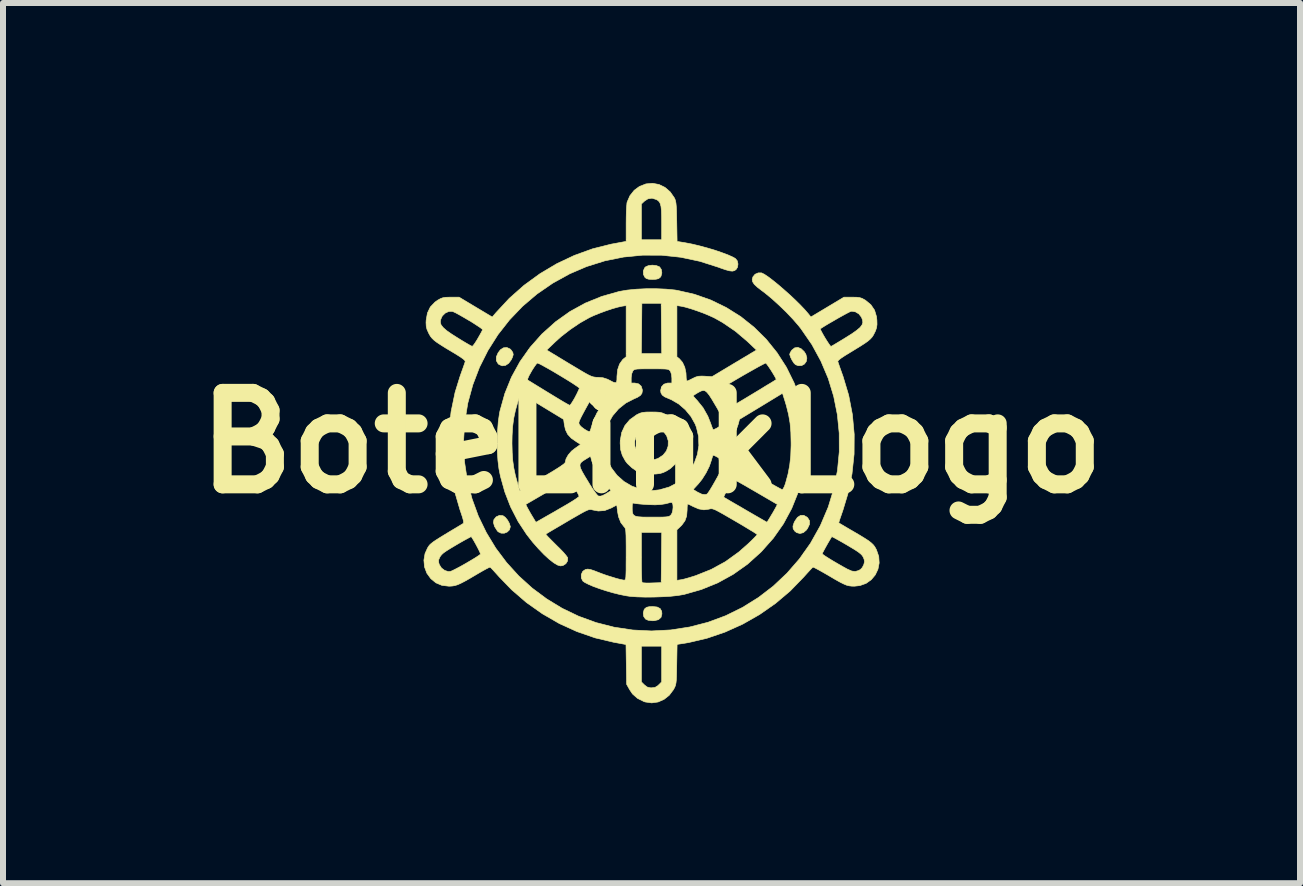
<source format=kicad_pcb>
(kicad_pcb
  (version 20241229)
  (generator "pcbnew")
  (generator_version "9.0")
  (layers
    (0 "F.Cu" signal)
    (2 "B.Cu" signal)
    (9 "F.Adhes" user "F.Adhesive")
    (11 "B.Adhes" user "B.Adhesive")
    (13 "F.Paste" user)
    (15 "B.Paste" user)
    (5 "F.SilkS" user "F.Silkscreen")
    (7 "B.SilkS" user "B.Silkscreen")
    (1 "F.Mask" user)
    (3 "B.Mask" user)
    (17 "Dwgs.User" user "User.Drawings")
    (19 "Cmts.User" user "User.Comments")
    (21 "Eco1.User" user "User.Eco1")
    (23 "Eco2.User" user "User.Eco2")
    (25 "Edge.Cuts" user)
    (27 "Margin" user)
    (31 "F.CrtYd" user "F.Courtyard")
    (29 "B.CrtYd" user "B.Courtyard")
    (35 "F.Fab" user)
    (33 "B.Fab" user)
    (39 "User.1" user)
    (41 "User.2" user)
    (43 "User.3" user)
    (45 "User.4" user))
  (footprint "BoteLinkLogo"
    (layer "F.Cu")
    (at 7.809 4.333)
    (property "Reference" "BoteLinkLogo" (at 0 0 0) (layer "F.SilkS") (effects (font (size 1.524 1.524) (thickness 0.3))))
    (attr through_hole)
    (fp_poly (pts (xy -2.476 1.212) (xy -2.438 1.239) (xy -2.399 1.286) (xy -2.369 1.341) (xy -2.354 1.392) (xy -2.354 1.398) (xy -2.368 1.448) (xy -2.405 1.484) (xy -2.454 1.504) (xy -2.508 1.503) (xy -2.556 1.48) (xy -2.57 1.465) (xy -2.617 1.391) (xy -2.635 1.326) (xy -2.627 1.277) (xy -2.589 1.231) (xy -2.535 1.207) (xy -2.476 1.212)) (stroke (width 0.01) (type solid)) (fill yes) (layer "F.SilkS"))
    (fp_poly (pts (xy -2.358 -1.567) (xy -2.338 -1.547) (xy -2.312 -1.508) (xy -2.305 -1.472) (xy -2.318 -1.429) (xy -2.337 -1.388) (xy -2.381 -1.328) (xy -2.434 -1.293) (xy -2.49 -1.286) (xy -2.544 -1.309) (xy -2.557 -1.321) (xy -2.587 -1.372) (xy -2.587 -1.434) (xy -2.557 -1.503) (xy -2.518 -1.554) (xy -2.468 -1.586) (xy -2.411 -1.591) (xy -2.358 -1.567)) (stroke (width 0.01) (type solid)) (fill yes) (layer "F.SilkS"))
    (fp_poly (pts (xy 0.094 2.734) (xy 0.144 2.76) (xy 0.169 2.805) (xy 0.173 2.849) (xy 0.158 2.907) (xy 0.115 2.945) (xy 0.046 2.962) (xy 0.017 2.963) (xy -0.056 2.955) (xy -0.101 2.934) (xy -0.131 2.89) (xy -0.138 2.834) (xy -0.124 2.78) (xy -0.11 2.76) (xy -0.082 2.739) (xy -0.04 2.729) (xy 0.017 2.726) (xy 0.094 2.734)) (stroke (width 0.01) (type solid)) (fill yes) (layer "F.SilkS"))
    (fp_poly (pts (xy 2.593 1.238) (xy 2.602 1.246) (xy 2.633 1.296) (xy 2.633 1.355) (xy 2.601 1.423) (xy 2.581 1.451) (xy 2.531 1.494) (xy 2.474 1.509) (xy 2.419 1.494) (xy 2.388 1.47) (xy 2.361 1.43) (xy 2.357 1.387) (xy 2.375 1.331) (xy 2.388 1.304) (xy 2.432 1.24) (xy 2.484 1.207) (xy 2.538 1.206) (xy 2.593 1.238)) (stroke (width 0.01) (type solid)) (fill yes) (layer "F.SilkS"))
    (fp_poly (pts (xy 0.079 -2.957) (xy 0.13 -2.937) (xy 0.135 -2.934) (xy 0.164 -2.89) (xy 0.172 -2.834) (xy 0.158 -2.78) (xy 0.144 -2.76) (xy 0.116 -2.739) (xy 0.074 -2.729) (xy 0.017 -2.726) (xy -0.046 -2.729) (xy -0.086 -2.741) (xy -0.11 -2.76) (xy -0.135 -2.809) (xy -0.137 -2.866) (xy -0.116 -2.917) (xy -0.101 -2.934) (xy -0.052 -2.956) (xy 0.013 -2.964) (xy 0.079 -2.957)) (stroke (width 0.01) (type solid)) (fill yes) (layer "F.SilkS"))
    (fp_poly (pts (xy 2.493 -1.571) (xy 2.544 -1.523) (xy 2.572 -1.479) (xy 2.589 -1.416) (xy 2.58 -1.36) (xy 2.549 -1.316) (xy 2.502 -1.29) (xy 2.446 -1.288) (xy 2.4 -1.305) (xy 2.373 -1.332) (xy 2.343 -1.378) (xy 2.318 -1.428) (xy 2.304 -1.471) (xy 2.303 -1.479) (xy 2.313 -1.508) (xy 2.337 -1.545) (xy 2.338 -1.547) (xy 2.385 -1.585) (xy 2.439 -1.593) (xy 2.493 -1.571)) (stroke (width 0.01) (type solid)) (fill yes) (layer "F.SilkS"))
    (fp_poly (pts (xy 0.079 -0.515) (xy 0.134 -0.511) (xy 0.177 -0.501) (xy 0.218 -0.484) (xy 0.251 -0.467) (xy 0.356 -0.393) (xy 0.439 -0.297) (xy 0.478 -0.232) (xy 0.497 -0.191) (xy 0.509 -0.147) (xy 0.515 -0.091) (xy 0.516 -0.013) (xy 0.516 0) (xy 0.515 0.082) (xy 0.51 0.141) (xy 0.499 0.186) (xy 0.481 0.227) (xy 0.478 0.232) (xy 0.405 0.342) (xy 0.314 0.426) (xy 0.251 0.466) (xy 0.195 0.493) (xy 0.141 0.509) (xy 0.076 0.517) (xy 0.026 0.519) (xy -0.047 0.519) (xy -0.112 0.516) (xy -0.159 0.509) (xy -0.163 0.507) (xy -0.244 0.471) (xy -0.327 0.413) (xy -0.401 0.344) (xy -0.436 0.299) (xy -0.487 0.206) (xy -0.515 0.111) (xy -0.523 0.003) (xy -0.521 -0.034) (xy -0.279 -0.034) (xy -0.277 0.052) (xy -0.247 0.133) (xy -0.191 0.203) (xy -0.111 0.256) (xy -0.037 0.282) (xy 0.029 0.283) (xy 0.102 0.26) (xy 0.111 0.256) (xy 0.192 0.203) (xy 0.248 0.133) (xy 0.277 0.051) (xy 0.279 -0.035) (xy 0.252 -0.12) (xy 0.196 -0.196) (xy 0.118 -0.253) (xy 0.031 -0.28) (xy -0.057 -0.275) (xy -0.142 -0.24) (xy -0.196 -0.196) (xy -0.253 -0.119) (xy -0.279 -0.034) (xy -0.521 -0.034) (xy -0.521 -0.043) (xy -0.497 -0.175) (xy -0.444 -0.29) (xy -0.362 -0.388) (xy -0.251 -0.468) (xy -0.232 -0.478) (xy -0.191 -0.497) (xy -0.147 -0.509) (xy -0.091 -0.515) (xy -0.013 -0.516) (xy 0 -0.516) (xy 0.079 -0.515)) (stroke (width 0.01) (type solid)) (fill yes) (layer "F.SilkS"))
    (fp_poly (pts (xy 0.125 -4.308) (xy 0.224 -4.26) (xy 0.311 -4.185) (xy 0.378 -4.089) (xy 0.391 -4.063) (xy 0.4 -4.034) (xy 0.407 -3.998) (xy 0.412 -3.948) (xy 0.416 -3.879) (xy 0.418 -3.787) (xy 0.42 -3.69) (xy 0.426 -3.359) (xy 0.556 -3.338) (xy 0.671 -3.316) (xy 0.797 -3.286) (xy 0.927 -3.251) (xy 1.055 -3.213) (xy 1.174 -3.172) (xy 1.278 -3.133) (xy 1.36 -3.096) (xy 1.398 -3.074) (xy 1.429 -3.036) (xy 1.441 -2.983) (xy 1.433 -2.929) (xy 1.408 -2.89) (xy 1.381 -2.872) (xy 1.347 -2.864) (xy 1.301 -2.869) (xy 1.237 -2.886) (xy 1.149 -2.916) (xy 1.115 -2.929) (xy 0.804 -3.028) (xy 0.489 -3.095) (xy 0.17 -3.129) (xy -0.148 -3.13) (xy -0.465 -3.099) (xy -0.777 -3.036) (xy -1.083 -2.94) (xy -1.363 -2.82) (xy -1.646 -2.664) (xy -1.909 -2.483) (xy -2.15 -2.278) (xy -2.367 -2.051) (xy -2.56 -1.805) (xy -2.727 -1.541) (xy -2.867 -1.262) (xy -2.979 -0.969) (xy -3.062 -0.665) (xy -3.113 -0.351) (xy -3.133 -0.029) (xy -3.133 0) (xy -3.116 0.32) (xy -3.069 0.632) (xy -2.991 0.932) (xy -2.886 1.22) (xy -2.753 1.494) (xy -2.596 1.753) (xy -2.415 1.994) (xy -2.212 2.217) (xy -1.989 2.419) (xy -1.747 2.599) (xy -1.489 2.756) (xy -1.214 2.888) (xy -0.926 2.993) (xy -0.625 3.07) (xy -0.314 3.117) (xy 0 3.133) (xy 0.322 3.116) (xy 0.636 3.067) (xy 0.942 2.988) (xy 1.236 2.879) (xy 1.516 2.741) (xy 1.781 2.576) (xy 2.029 2.386) (xy 2.258 2.17) (xy 2.465 1.932) (xy 2.526 1.846) (xy 2.845 1.846) (xy 2.859 1.86) (xy 2.897 1.887) (xy 2.954 1.923) (xy 3.024 1.966) (xy 3.103 2.012) (xy 3.183 2.058) (xy 3.261 2.101) (xy 3.267 2.104) (xy 3.338 2.135) (xy 3.395 2.142) (xy 3.449 2.127) (xy 3.483 2.108) (xy 3.513 2.076) (xy 3.537 2.029) (xy 3.539 2.024) (xy 3.55 1.978) (xy 3.543 1.938) (xy 3.528 1.902) (xy 3.511 1.875) (xy 3.486 1.849) (xy 3.447 1.818) (xy 3.39 1.78) (xy 3.31 1.732) (xy 3.253 1.698) (xy 3.172 1.651) (xy 3.102 1.612) (xy 3.048 1.582) (xy 3.014 1.565) (xy 3.005 1.561) (xy 2.991 1.582) (xy 2.967 1.623) (xy 2.936 1.676) (xy 2.904 1.733) (xy 2.875 1.786) (xy 2.854 1.826) (xy 2.845 1.846) (xy 2.845 1.846) (xy 2.526 1.846) (xy 2.649 1.672) (xy 2.807 1.39) (xy 2.82 1.363) (xy 2.945 1.069) (xy 3.037 0.767) (xy 3.099 0.459) (xy 3.129 0.148) (xy 3.128 -0.164) (xy 3.097 -0.473) (xy 3.036 -0.778) (xy 2.945 -1.076) (xy 2.823 -1.364) (xy 2.673 -1.64) (xy 2.493 -1.901) (xy 2.492 -1.903) (xy 2.813 -1.903) (xy 2.817 -1.887) (xy 2.836 -1.85) (xy 2.864 -1.799) (xy 2.897 -1.743) (xy 2.931 -1.689) (xy 2.961 -1.644) (xy 2.983 -1.615) (xy 2.99 -1.609) (xy 3.006 -1.617) (xy 3.046 -1.64) (xy 3.104 -1.675) (xy 3.177 -1.719) (xy 3.234 -1.754) (xy 3.342 -1.822) (xy 3.422 -1.879) (xy 3.477 -1.926) (xy 3.509 -1.969) (xy 3.522 -2.01) (xy 3.516 -2.052) (xy 3.497 -2.1) (xy 3.496 -2.1) (xy 3.456 -2.151) (xy 3.4 -2.185) (xy 3.34 -2.196) (xy 3.321 -2.193) (xy 3.297 -2.182) (xy 3.25 -2.158) (xy 3.186 -2.123) (xy 3.112 -2.082) (xy 3.035 -2.037) (xy 2.96 -1.994) (xy 2.893 -1.954) (xy 2.842 -1.922) (xy 2.813 -1.903) (xy 2.492 -1.903) (xy 2.45 -1.956) (xy 2.358 -2.062) (xy 2.248 -2.178) (xy 2.128 -2.294) (xy 2.007 -2.404) (xy 1.893 -2.498) (xy 1.841 -2.537) (xy 1.763 -2.597) (xy 1.712 -2.645) (xy 1.685 -2.687) (xy 1.678 -2.726) (xy 1.69 -2.768) (xy 1.691 -2.77) (xy 1.726 -2.812) (xy 1.779 -2.835) (xy 1.834 -2.835) (xy 1.835 -2.834) (xy 1.88 -2.812) (xy 1.943 -2.77) (xy 2.021 -2.711) (xy 2.11 -2.639) (xy 2.204 -2.558) (xy 2.301 -2.472) (xy 2.394 -2.385) (xy 2.48 -2.3) (xy 2.554 -2.222) (xy 2.612 -2.155) (xy 2.656 -2.1) (xy 3.207 -2.43) (xy 3.345 -2.43) (xy 3.417 -2.429) (xy 3.468 -2.423) (xy 3.509 -2.41) (xy 3.553 -2.386) (xy 3.565 -2.379) (xy 3.655 -2.305) (xy 3.717 -2.214) (xy 3.75 -2.104) (xy 3.756 -2.047) (xy 3.758 -1.976) (xy 3.751 -1.923) (xy 3.734 -1.871) (xy 3.717 -1.836) (xy 3.697 -1.797) (xy 3.675 -1.764) (xy 3.646 -1.732) (xy 3.608 -1.699) (xy 3.556 -1.662) (xy 3.485 -1.616) (xy 3.392 -1.559) (xy 3.32 -1.515) (xy 3.228 -1.459) (xy 3.163 -1.416) (xy 3.123 -1.385) (xy 3.106 -1.364) (xy 3.105 -1.356) (xy 3.114 -1.33) (xy 3.131 -1.28) (xy 3.155 -1.212) (xy 3.184 -1.131) (xy 3.191 -1.112) (xy 3.286 -0.795) (xy 3.348 -0.472) (xy 3.378 -0.144) (xy 3.376 0.186) (xy 3.341 0.516) (xy 3.274 0.842) (xy 3.192 1.114) (xy 3.165 1.193) (xy 3.142 1.259) (xy 3.127 1.307) (xy 3.121 1.33) (xy 3.121 1.332) (xy 3.136 1.341) (xy 3.175 1.364) (xy 3.234 1.399) (xy 3.307 1.442) (xy 3.361 1.473) (xy 3.47 1.537) (xy 3.553 1.588) (xy 3.615 1.628) (xy 3.66 1.663) (xy 3.693 1.694) (xy 3.718 1.725) (xy 3.738 1.76) (xy 3.749 1.781) (xy 3.787 1.891) (xy 3.794 2) (xy 3.774 2.104) (xy 3.729 2.199) (xy 3.662 2.279) (xy 3.576 2.34) (xy 3.473 2.377) (xy 3.382 2.387) (xy 3.336 2.386) (xy 3.295 2.381) (xy 3.253 2.371) (xy 3.205 2.351) (xy 3.146 2.322) (xy 3.07 2.28) (xy 2.972 2.222) (xy 2.938 2.202) (xy 2.858 2.156) (xy 2.788 2.117) (xy 2.734 2.088) (xy 2.7 2.072) (xy 2.691 2.069) (xy 2.675 2.083) (xy 2.642 2.118) (xy 2.596 2.168) (xy 2.542 2.228) (xy 2.536 2.235) (xy 2.313 2.465) (xy 2.066 2.674) (xy 1.801 2.859) (xy 1.52 3.019) (xy 1.227 3.151) (xy 0.926 3.254) (xy 0.62 3.326) (xy 0.556 3.337) (xy 0.426 3.357) (xy 0.42 3.689) (xy 0.418 3.803) (xy 0.416 3.889) (xy 0.413 3.952) (xy 0.408 3.998) (xy 0.401 4.033) (xy 0.391 4.062) (xy 0.377 4.09) (xy 0.365 4.112) (xy 0.296 4.204) (xy 0.209 4.273) (xy 0.11 4.317) (xy 0.003 4.332) (xy -0.104 4.317) (xy -0.124 4.311) (xy -0.233 4.257) (xy -0.317 4.183) (xy -0.364 4.113) (xy -0.415 4.022) (xy -0.425 3.387) (xy -0.169 3.387) (xy -0.169 3.982) (xy -0.12 4.031) (xy -0.074 4.067) (xy -0.023 4.08) (xy 0 4.081) (xy 0.058 4.074) (xy 0.103 4.047) (xy 0.12 4.031) (xy 0.169 3.982) (xy 0.169 3.387) (xy -0.169 3.387) (xy -0.425 3.387) (xy -0.426 3.359) (xy -0.633 3.321) (xy -0.941 3.248) (xy -1.244 3.143) (xy -1.538 3.009) (xy -1.82 2.846) (xy -2.085 2.659) (xy -2.331 2.447) (xy -2.536 2.235) (xy -2.591 2.174) (xy -2.638 2.122) (xy -2.672 2.086) (xy -2.69 2.07) (xy -2.691 2.07) (xy -2.709 2.076) (xy -2.751 2.097) (xy -2.811 2.13) (xy -2.884 2.172) (xy -2.923 2.195) (xy -3.03 2.258) (xy -3.115 2.306) (xy -3.181 2.34) (xy -3.233 2.363) (xy -3.278 2.377) (xy -3.32 2.384) (xy -3.364 2.387) (xy -3.378 2.387) (xy -3.494 2.373) (xy -3.594 2.331) (xy -3.679 2.261) (xy -3.745 2.17) (xy -3.784 2.065) (xy -3.791 1.983) (xy -3.55 1.983) (xy -3.537 2.028) (xy -3.536 2.029) (xy -3.501 2.084) (xy -3.448 2.124) (xy -3.389 2.143) (xy -3.353 2.141) (xy -3.324 2.13) (xy -3.272 2.104) (xy -3.203 2.068) (xy -3.124 2.024) (xy -3.084 2.001) (xy -3.006 1.955) (xy -2.938 1.914) (xy -2.886 1.88) (xy -2.856 1.858) (xy -2.851 1.853) (xy -2.856 1.833) (xy -2.874 1.793) (xy -2.901 1.74) (xy -2.932 1.682) (xy -2.963 1.627) (xy -2.99 1.583) (xy -3.005 1.561) (xy -3.021 1.568) (xy -3.06 1.589) (xy -3.119 1.621) (xy -3.193 1.663) (xy -3.253 1.698) (xy -3.347 1.754) (xy -3.416 1.797) (xy -3.465 1.831) (xy -3.497 1.86) (xy -3.518 1.886) (xy -3.528 1.903) (xy -3.548 1.948) (xy -3.55 1.983) (xy -3.791 1.983) (xy -3.794 1.954) (xy -3.775 1.843) (xy -3.733 1.75) (xy -3.719 1.728) (xy -3.706 1.709) (xy -3.689 1.69) (xy -3.665 1.67) (xy -3.633 1.645) (xy -3.588 1.615) (xy -3.528 1.577) (xy -3.45 1.529) (xy -3.351 1.469) (xy -3.227 1.395) (xy -3.138 1.341) (xy -3.132 1.326) (xy -3.136 1.292) (xy -3.152 1.234) (xy -3.18 1.15) (xy -3.192 1.115) (xy -3.286 0.793) (xy -3.349 0.466) (xy -3.378 0.136) (xy -3.376 -0.194) (xy -3.341 -0.521) (xy -3.274 -0.844) (xy -3.191 -1.112) (xy -3.162 -1.194) (xy -3.136 -1.266) (xy -3.117 -1.321) (xy -3.106 -1.353) (xy -3.105 -1.356) (xy -3.11 -1.372) (xy -3.134 -1.396) (xy -3.181 -1.43) (xy -3.253 -1.476) (xy -3.318 -1.515) (xy -3.429 -1.581) (xy -3.513 -1.634) (xy -3.577 -1.676) (xy -3.624 -1.712) (xy -3.658 -1.745) (xy -3.684 -1.777) (xy -3.705 -1.813) (xy -3.717 -1.836) (xy -3.743 -1.895) (xy -3.755 -1.945) (xy -3.758 -2.003) (xy -3.758 -2.009) (xy -3.52 -2.009) (xy -3.507 -1.967) (xy -3.472 -1.923) (xy -3.415 -1.873) (xy -3.332 -1.815) (xy -3.234 -1.753) (xy -3.155 -1.704) (xy -3.086 -1.663) (xy -3.032 -1.632) (xy -2.997 -1.614) (xy -2.989 -1.61) (xy -2.973 -1.624) (xy -2.946 -1.66) (xy -2.912 -1.713) (xy -2.896 -1.74) (xy -2.861 -1.801) (xy -2.834 -1.85) (xy -2.818 -1.882) (xy -2.815 -1.888) (xy -2.828 -1.902) (xy -2.864 -1.929) (xy -2.919 -1.965) (xy -2.985 -2.008) (xy -3.059 -2.052) (xy -3.134 -2.096) (xy -3.204 -2.136) (xy -3.263 -2.168) (xy -3.306 -2.188) (xy -3.321 -2.193) (xy -3.379 -2.192) (xy -3.438 -2.165) (xy -3.485 -2.119) (xy -3.496 -2.1) (xy -3.516 -2.052) (xy -3.52 -2.009) (xy -3.758 -2.009) (xy -3.756 -2.047) (xy -3.735 -2.166) (xy -3.687 -2.266) (xy -3.61 -2.347) (xy -3.565 -2.379) (xy -3.519 -2.405) (xy -3.479 -2.42) (xy -3.431 -2.428) (xy -3.365 -2.43) (xy -3.345 -2.43) (xy -3.207 -2.43) (xy -2.93 -2.264) (xy -2.654 -2.099) (xy -2.593 -2.171) (xy -2.371 -2.41) (xy -2.126 -2.627) (xy -1.861 -2.82) (xy -1.581 -2.987) (xy -1.287 -3.126) (xy -0.983 -3.236) (xy -0.672 -3.314) (xy -0.632 -3.321) (xy -0.423 -3.36) (xy -0.423 -3.657) (xy -0.422 -3.758) (xy -0.42 -3.852) (xy -0.416 -3.931) (xy -0.411 -3.983) (xy -0.169 -3.983) (xy -0.169 -3.387) (xy 0.169 -3.387) (xy 0.169 -3.665) (xy 0.168 -3.785) (xy 0.165 -3.875) (xy 0.158 -3.941) (xy 0.146 -3.988) (xy 0.129 -4.02) (xy 0.105 -4.043) (xy 0.082 -4.057) (xy 0.008 -4.08) (xy -0.06 -4.069) (xy -0.117 -4.032) (xy -0.169 -3.983) (xy -0.411 -3.983) (xy -0.411 -3.989) (xy -0.407 -4.014) (xy -0.36 -4.121) (xy -0.288 -4.212) (xy -0.202 -4.275) (xy -0.093 -4.318) (xy 0.017 -4.328) (xy 0.125 -4.308)) (stroke (width 0.01) (type solid)) (fill yes) (layer "F.SilkS"))
    (fp_poly (pts (xy 0.244 -2.564) (xy 0.389 -2.55) (xy 0.432 -2.543) (xy 0.716 -2.478) (xy 0.989 -2.382) (xy 1.246 -2.257) (xy 1.487 -2.106) (xy 1.71 -1.928) (xy 1.912 -1.728) (xy 2.092 -1.505) (xy 2.248 -1.262) (xy 2.377 -1) (xy 2.442 -0.83) (xy 2.482 -0.71) (xy 2.512 -0.602) (xy 2.534 -0.499) (xy 2.55 -0.393) (xy 2.559 -0.276) (xy 2.563 -0.14) (xy 2.565 0) (xy 2.564 0.129) (xy 2.562 0.231) (xy 2.559 0.312) (xy 2.553 0.379) (xy 2.545 0.439) (xy 2.534 0.498) (xy 2.528 0.525) (xy 2.446 0.818) (xy 2.336 1.092) (xy 2.198 1.348) (xy 2.03 1.587) (xy 1.833 1.809) (xy 1.821 1.821) (xy 1.599 2.021) (xy 1.36 2.19) (xy 1.104 2.331) (xy 0.831 2.442) (xy 0.54 2.525) (xy 0.533 2.526) (xy 0.439 2.542) (xy 0.319 2.555) (xy 0.182 2.563) (xy 0.038 2.568) (xy -0.105 2.569) (xy -0.239 2.565) (xy -0.354 2.557) (xy -0.422 2.547) (xy -0.527 2.526) (xy -0.64 2.498) (xy -0.754 2.465) (xy -0.865 2.429) (xy -0.965 2.393) (xy -1.049 2.357) (xy -1.112 2.325) (xy -1.145 2.301) (xy -1.17 2.251) (xy -1.171 2.194) (xy -1.149 2.144) (xy -1.135 2.131) (xy -1.101 2.109) (xy -1.063 2.102) (xy -1.014 2.11) (xy -0.946 2.133) (xy -0.906 2.149) (xy -0.836 2.176) (xy -0.755 2.205) (xy -0.669 2.232) (xy -0.588 2.257) (xy -0.518 2.275) (xy -0.469 2.285) (xy -0.455 2.286) (xy -0.446 2.284) (xy -0.438 2.277) (xy -0.432 2.261) (xy -0.428 2.231) (xy -0.426 2.184) (xy -0.424 2.116) (xy -0.424 2.023) (xy -0.423 1.901) (xy -0.423 1.857) (xy -0.423 1.725) (xy -0.424 1.623) (xy -0.425 1.547) (xy -0.428 1.491) (xy -0.428 1.49) (xy -0.169 1.49) (xy -0.169 1.902) (xy -0.169 2.017) (xy -0.168 2.121) (xy -0.166 2.208) (xy -0.163 2.275) (xy -0.16 2.315) (xy -0.157 2.326) (xy -0.136 2.331) (xy -0.09 2.334) (xy -0.026 2.334) (xy 0.008 2.333) (xy 0.161 2.328) (xy 0.17 1.49) (xy -0.169 1.49) (xy -0.428 1.49) (xy -0.431 1.453) (xy -0.433 1.447) (xy 0.423 1.447) (xy 0.423 2.29) (xy 0.495 2.279) (xy 0.542 2.269) (xy 0.61 2.25) (xy 0.689 2.226) (xy 0.739 2.21) (xy 0.994 2.108) (xy 1.232 1.978) (xy 1.455 1.817) (xy 1.607 1.683) (xy 1.666 1.627) (xy 1.714 1.579) (xy 1.747 1.544) (xy 1.761 1.527) (xy 1.761 1.526) (xy 1.747 1.515) (xy 1.708 1.489) (xy 1.647 1.452) (xy 1.568 1.404) (xy 1.476 1.349) (xy 1.392 1.3) (xy 1.278 1.234) (xy 1.19 1.183) (xy 1.123 1.146) (xy 1.074 1.12) (xy 1.038 1.105) (xy 1.011 1.097) (xy 0.99 1.096) (xy 0.97 1.099) (xy 0.957 1.103) (xy 0.873 1.114) (xy 0.786 1.099) (xy 0.693 1.059) (xy 0.646 1.035) (xy 0.612 1.02) (xy 0.601 1.016) (xy 0.597 1.031) (xy 0.594 1.071) (xy 0.593 1.118) (xy 0.585 1.218) (xy 0.557 1.297) (xy 0.507 1.366) (xy 0.485 1.389) (xy 0.423 1.447) (xy -0.433 1.447) (xy -0.437 1.428) (xy -0.444 1.412) (xy -0.454 1.4) (xy -0.459 1.395) (xy -0.512 1.326) (xy -0.55 1.23) (xy -0.567 1.139) (xy -0.573 1.085) (xy -0.322 1.085) (xy -0.321 1.136) (xy -0.314 1.175) (xy -0.298 1.202) (xy -0.268 1.22) (xy -0.22 1.23) (xy -0.148 1.235) (xy -0.049 1.236) (xy 0.011 1.236) (xy 0.115 1.236) (xy 0.19 1.235) (xy 0.243 1.232) (xy 0.277 1.227) (xy 0.3 1.219) (xy 0.316 1.207) (xy 0.322 1.202) (xy 0.342 1.169) (xy 0.354 1.122) (xy 0.359 1.072) (xy 0.356 1.026) (xy 0.344 0.996) (xy 0.326 0.989) (xy 0.235 1.013) (xy 0.151 1.026) (xy 0.06 1.031) (xy -0.046 1.028) (xy -0.126 1.023) (xy -0.198 1.017) (xy -0.253 1.011) (xy -0.275 1.007) (xy -0.302 1.002) (xy -0.316 1.008) (xy -0.321 1.034) (xy -0.322 1.085) (xy -0.573 1.085) (xy -0.579 1.034) (xy -0.673 1.084) (xy -0.78 1.126) (xy -0.888 1.134) (xy -0.982 1.116) (xy -1.002 1.11) (xy -1.022 1.109) (xy -1.045 1.112) (xy -1.075 1.123) (xy -1.117 1.143) (xy -1.174 1.174) (xy -1.251 1.218) (xy -1.352 1.276) (xy -1.399 1.304) (xy -1.497 1.362) (xy -1.586 1.414) (xy -1.661 1.458) (xy -1.718 1.492) (xy -1.752 1.513) (xy -1.761 1.519) (xy -1.753 1.533) (xy -1.723 1.566) (xy -1.677 1.613) (xy -1.619 1.671) (xy -1.589 1.701) (xy -1.524 1.765) (xy -1.467 1.824) (xy -1.425 1.874) (xy -1.401 1.907) (xy -1.397 1.915) (xy -1.4 1.967) (xy -1.428 2.012) (xy -1.475 2.042) (xy -1.516 2.049) (xy -1.566 2.035) (xy -1.63 1.997) (xy -1.708 1.936) (xy -1.794 1.857) (xy -1.886 1.761) (xy -1.981 1.653) (xy -2.074 1.534) (xy -2.082 1.524) (xy -2.224 1.308) (xy -2.346 1.071) (xy -2.365 1.024) (xy -2.096 1.024) (xy -2.071 1.075) (xy -2.048 1.117) (xy -2.016 1.174) (xy -1.986 1.224) (xy -1.927 1.322) (xy -1.829 1.266) (xy -1.782 1.239) (xy -1.712 1.199) (xy -1.627 1.151) (xy -1.535 1.097) (xy -1.467 1.058) (xy -1.383 1.009) (xy -1.31 0.964) (xy -1.253 0.927) (xy -1.223 0.904) (xy 1.205 0.904) (xy 1.221 0.914) (xy 1.261 0.937) (xy 1.32 0.972) (xy 1.394 1.015) (xy 1.478 1.063) (xy 1.566 1.115) (xy 1.654 1.166) (xy 1.737 1.214) (xy 1.81 1.256) (xy 1.869 1.29) (xy 1.908 1.312) (xy 1.923 1.321) (xy 1.923 1.321) (xy 1.933 1.308) (xy 1.955 1.273) (xy 1.985 1.224) (xy 1.985 1.223) (xy 2.021 1.164) (xy 2.052 1.109) (xy 2.071 1.075) (xy 2.097 1.024) (xy 1.749 0.821) (xy 1.65 0.764) (xy 1.561 0.712) (xy 1.485 0.669) (xy 1.427 0.637) (xy 1.391 0.618) (xy 1.381 0.613) (xy 1.367 0.625) (xy 1.342 0.659) (xy 1.31 0.707) (xy 1.276 0.763) (xy 1.244 0.817) (xy 1.219 0.864) (xy 1.205 0.896) (xy 1.205 0.904) (xy -1.223 0.904) (xy -1.217 0.901) (xy -1.207 0.889) (xy -1.219 0.859) (xy -1.244 0.813) (xy -1.276 0.759) (xy -1.31 0.704) (xy -1.343 0.657) (xy -1.368 0.624) (xy -1.381 0.614) (xy -1.4 0.623) (xy -1.444 0.647) (xy -1.509 0.684) (xy -1.59 0.73) (xy -1.683 0.784) (xy -1.747 0.821) (xy -2.096 1.024) (xy -2.365 1.024) (xy -2.445 0.817) (xy -2.518 0.556) (xy -2.543 0.432) (xy -2.56 0.294) (xy -2.57 0.136) (xy -2.571 0.008) (xy -2.326 0.008) (xy -2.322 0.162) (xy -2.313 0.294) (xy -2.296 0.415) (xy -2.27 0.538) (xy -2.233 0.673) (xy -2.196 0.796) (xy -2.144 0.764) (xy -2.114 0.746) (xy -2.06 0.714) (xy -1.987 0.672) (xy -1.9 0.621) (xy -1.803 0.565) (xy -1.765 0.542) (xy -1.65 0.474) (xy -1.557 0.416) (xy -1.504 0.381) (xy -1.193 0.381) (xy -1.182 0.423) (xy -1.155 0.479) (xy -1.112 0.554) (xy -1.052 0.652) (xy -1.03 0.689) (xy -0.984 0.76) (xy -0.942 0.82) (xy -0.908 0.863) (xy -0.886 0.884) (xy -0.884 0.885) (xy -0.852 0.887) (xy -0.815 0.876) (xy -0.764 0.849) (xy -0.74 0.834) (xy -0.675 0.794) (xy -0.766 0.696) (xy -0.836 0.61) (xy -0.902 0.508) (xy -0.957 0.402) (xy -0.994 0.306) (xy -0.998 0.293) (xy -1.017 0.221) (xy -1.1 0.272) (xy -1.143 0.299) (xy -1.173 0.324) (xy -1.19 0.349) (xy -1.193 0.381) (xy -1.504 0.381) (xy -1.491 0.372) (xy -1.451 0.341) (xy -1.439 0.325) (xy -1.425 0.265) (xy -1.388 0.199) (xy -1.333 0.135) (xy -1.276 0.09) (xy -1.23 0.058) (xy -1.197 0.034) (xy -1.185 0.024) (xy -1.198 0.014) (xy -1.231 -0.008) (xy -1.249 -0.018) (xy -1.25 -0.019) (xy -0.791 -0.019) (xy -0.781 0.122) (xy -0.739 0.275) (xy -0.669 0.415) (xy -0.575 0.539) (xy -0.459 0.642) (xy -0.326 0.72) (xy -0.179 0.771) (xy -0.17 0.773) (xy -0.068 0.79) (xy 0.023 0.793) (xy 0.122 0.782) (xy 0.145 0.778) (xy 0.153 0.775) (xy 0.694 0.775) (xy 0.766 0.819) (xy 0.839 0.854) (xy 0.895 0.861) (xy 0.926 0.851) (xy 0.944 0.829) (xy 0.974 0.784) (xy 1.012 0.721) (xy 1.054 0.648) (xy 1.097 0.571) (xy 1.137 0.496) (xy 1.17 0.43) (xy 1.193 0.38) (xy 1.202 0.351) (xy 1.202 0.35) (xy 1.19 0.307) (xy 1.173 0.284) (xy 1.143 0.263) (xy 1.101 0.238) (xy 1.06 0.216) (xy 1.031 0.204) (xy 1.027 0.203) (xy 1.019 0.218) (xy 1.007 0.256) (xy 1 0.281) (xy 0.964 0.387) (xy 0.908 0.5) (xy 0.84 0.607) (xy 0.78 0.682) (xy 0.694 0.775) (xy 0.153 0.775) (xy 0.295 0.734) (xy 0.429 0.664) (xy 0.545 0.57) (xy 0.641 0.457) (xy 0.715 0.329) (xy 0.765 0.189) (xy 0.789 0.042) (xy 0.787 -0.001) (xy 1.199 -0.001) (xy 1.21 0.008) (xy 1.311 0.076) (xy 1.382 0.144) (xy 1.426 0.216) (xy 1.449 0.296) (xy 1.459 0.364) (xy 1.809 0.57) (xy 1.908 0.628) (xy 1.998 0.68) (xy 2.074 0.723) (xy 2.133 0.755) (xy 2.169 0.774) (xy 2.179 0.778) (xy 2.194 0.763) (xy 2.214 0.725) (xy 2.234 0.67) (xy 2.234 0.669) (xy 2.275 0.518) (xy 2.303 0.37) (xy 2.32 0.216) (xy 2.326 0.042) (xy 2.326 0) (xy 2.322 -0.175) (xy 2.309 -0.33) (xy 2.284 -0.475) (xy 2.247 -0.623) (xy 2.225 -0.696) (xy 2.183 -0.829) (xy 1.825 -0.611) (xy 1.466 -0.394) (xy 1.446 -0.316) (xy 1.412 -0.218) (xy 1.361 -0.142) (xy 1.287 -0.079) (xy 1.271 -0.068) (xy 1.223 -0.036) (xy 1.201 -0.015) (xy 1.199 -0.001) (xy 0.787 -0.001) (xy 0.784 -0.109) (xy 0.749 -0.259) (xy 0.728 -0.314) (xy 0.658 -0.44) (xy 0.564 -0.554) (xy 0.453 -0.65) (xy 0.331 -0.721) (xy 0.295 -0.736) (xy 0.223 -0.767) (xy 0.197 -0.785) (xy 0.694 -0.785) (xy 0.705 -0.77) (xy 0.733 -0.738) (xy 0.763 -0.706) (xy 0.859 -0.587) (xy 0.938 -0.447) (xy 0.983 -0.334) (xy 1.003 -0.278) (xy 1.018 -0.237) (xy 1.027 -0.22) (xy 1.028 -0.22) (xy 1.046 -0.227) (xy 1.082 -0.244) (xy 1.089 -0.248) (xy 1.157 -0.289) (xy 1.194 -0.329) (xy 1.202 -0.361) (xy 1.194 -0.387) (xy 1.171 -0.435) (xy 1.137 -0.502) (xy 1.094 -0.58) (xy 1.065 -0.629) (xy 1.007 -0.727) (xy 0.962 -0.797) (xy 0.925 -0.843) (xy 0.893 -0.869) (xy 0.861 -0.875) (xy 0.825 -0.866) (xy 0.783 -0.844) (xy 0.772 -0.838) (xy 0.728 -0.811) (xy 0.7 -0.792) (xy 0.694 -0.785) (xy 0.197 -0.785) (xy 0.179 -0.798) (xy 0.157 -0.835) (xy 0.152 -0.875) (xy 0.163 -0.922) (xy 1.189 -0.922) (xy 1.194 -0.907) (xy 1.213 -0.871) (xy 1.242 -0.821) (xy 1.275 -0.765) (xy 1.308 -0.71) (xy 1.337 -0.664) (xy 1.357 -0.634) (xy 1.364 -0.627) (xy 1.38 -0.635) (xy 1.421 -0.659) (xy 1.482 -0.695) (xy 1.561 -0.742) (xy 1.652 -0.797) (xy 1.723 -0.84) (xy 1.821 -0.899) (xy 1.908 -0.953) (xy 1.982 -0.997) (xy 2.037 -1.031) (xy 2.07 -1.052) (xy 2.078 -1.057) (xy 2.073 -1.073) (xy 2.054 -1.109) (xy 2.025 -1.158) (xy 1.991 -1.213) (xy 1.957 -1.264) (xy 1.927 -1.306) (xy 1.908 -1.329) (xy 1.904 -1.332) (xy 1.886 -1.325) (xy 1.845 -1.304) (xy 1.783 -1.271) (xy 1.708 -1.229) (xy 1.623 -1.181) (xy 1.533 -1.13) (xy 1.444 -1.078) (xy 1.359 -1.028) (xy 1.285 -0.984) (xy 1.227 -0.947) (xy 1.189 -0.922) (xy 0.163 -0.922) (xy 0.167 -0.937) (xy 0.207 -0.98) (xy 0.268 -0.999) (xy 0.279 -0.999) (xy 0.339 -0.999) (xy 0.339 -1.08) (xy 0.333 -1.14) (xy 0.318 -1.188) (xy 0.312 -1.198) (xy 0.301 -1.212) (xy 0.287 -1.222) (xy 0.264 -1.229) (xy 0.227 -1.233) (xy 0.172 -1.235) (xy 0.092 -1.236) (xy 0 -1.236) (xy -0.105 -1.236) (xy -0.181 -1.235) (xy -0.233 -1.233) (xy -0.268 -1.228) (xy -0.289 -1.221) (xy -0.303 -1.211) (xy -0.312 -1.198) (xy -0.329 -1.157) (xy -0.338 -1.099) (xy -0.339 -1.08) (xy -0.339 -0.999) (xy -0.279 -0.999) (xy -0.215 -0.985) (xy -0.172 -0.946) (xy -0.153 -0.886) (xy -0.152 -0.875) (xy -0.16 -0.828) (xy -0.186 -0.792) (xy -0.236 -0.76) (xy -0.287 -0.738) (xy -0.428 -0.666) (xy -0.549 -0.569) (xy -0.649 -0.452) (xy -0.724 -0.319) (xy -0.772 -0.173) (xy -0.791 -0.019) (xy -1.25 -0.019) (xy -1.338 -0.08) (xy -1.398 -0.145) (xy -1.435 -0.222) (xy -1.454 -0.31) (xy -1.458 -0.342) (xy -1.211 -0.342) (xy -1.208 -0.318) (xy -1.195 -0.295) (xy -1.167 -0.266) (xy -1.123 -0.233) (xy -1.076 -0.204) (xy -1.038 -0.188) (xy -1.032 -0.187) (xy -1.023 -0.202) (xy -1.01 -0.239) (xy -1.002 -0.27) (xy -0.966 -0.381) (xy -0.91 -0.5) (xy -0.839 -0.613) (xy -0.796 -0.671) (xy -0.714 -0.769) (xy -0.776 -0.808) (xy -0.84 -0.837) (xy -0.899 -0.846) (xy -0.941 -0.834) (xy -0.957 -0.814) (xy -0.985 -0.77) (xy -1.022 -0.708) (xy -1.064 -0.634) (xy -1.108 -0.554) (xy -1.151 -0.474) (xy -1.176 -0.426) (xy -1.2 -0.375) (xy -1.211 -0.342) (xy -1.458 -0.342) (xy -1.465 -0.393) (xy -1.824 -0.611) (xy -2.183 -0.829) (xy -2.225 -0.696) (xy -2.267 -0.549) (xy -2.297 -0.412) (xy -2.315 -0.274) (xy -2.324 -0.122) (xy -2.326 0.008) (xy -2.571 0.008) (xy -2.572 -0.032) (xy -2.566 -0.199) (xy -2.554 -0.357) (xy -2.534 -0.495) (xy -2.526 -0.534) (xy -2.445 -0.824) (xy -2.353 -1.051) (xy -2.065 -1.051) (xy -2.061 -1.047) (xy -2.041 -1.035) (xy -1.997 -1.008) (xy -1.932 -0.968) (xy -1.852 -0.919) (xy -1.761 -0.863) (xy -1.71 -0.832) (xy -1.615 -0.774) (xy -1.529 -0.722) (xy -1.457 -0.679) (xy -1.402 -0.648) (xy -1.37 -0.631) (xy -1.363 -0.628) (xy -1.348 -0.642) (xy -1.323 -0.679) (xy -1.29 -0.733) (xy -1.274 -0.762) (xy -1.242 -0.824) (xy -1.218 -0.875) (xy -1.204 -0.907) (xy -1.202 -0.913) (xy -1.216 -0.927) (xy -1.255 -0.954) (xy -1.313 -0.993) (xy -1.386 -1.039) (xy -1.468 -1.089) (xy -1.556 -1.142) (xy -1.643 -1.194) (xy -1.725 -1.241) (xy -1.797 -1.281) (xy -1.854 -1.312) (xy -1.892 -1.329) (xy -1.903 -1.332) (xy -1.921 -1.315) (xy -1.95 -1.275) (xy -1.986 -1.22) (xy -2.003 -1.191) (xy -2.042 -1.121) (xy -2.062 -1.075) (xy -2.065 -1.051) (xy -2.353 -1.051) (xy -2.334 -1.098) (xy -2.193 -1.355) (xy -2.056 -1.549) (xy -1.747 -1.549) (xy -1.372 -1.322) (xy -1.258 -1.254) (xy -1.168 -1.2) (xy -1.099 -1.16) (xy -1.047 -1.132) (xy -1.006 -1.113) (xy -0.973 -1.102) (xy -0.944 -1.097) (xy -0.915 -1.094) (xy -0.892 -1.094) (xy -0.809 -1.087) (xy -0.738 -1.064) (xy -0.703 -1.047) (xy -0.642 -1.015) (xy -0.604 -1.003) (xy -0.584 -1.014) (xy -0.577 -1.051) (xy -0.576 -1.112) (xy -0.565 -1.221) (xy -0.533 -1.315) (xy -0.483 -1.387) (xy -0.464 -1.404) (xy -0.423 -1.436) (xy 0.423 -1.436) (xy 0.464 -1.404) (xy 0.516 -1.344) (xy 0.554 -1.262) (xy 0.574 -1.168) (xy 0.576 -1.129) (xy 0.578 -1.077) (xy 0.585 -1.042) (xy 0.592 -1.033) (xy 0.615 -1.04) (xy 0.656 -1.06) (xy 0.689 -1.077) (xy 0.739 -1.1) (xy 0.783 -1.112) (xy 0.836 -1.115) (xy 0.889 -1.113) (xy 1.008 -1.105) (xy 1.378 -1.327) (xy 1.749 -1.549) (xy 1.595 -1.695) (xy 1.397 -1.863) (xy 1.182 -2.009) (xy 1.036 -2.09) (xy 0.954 -2.127) (xy 0.857 -2.167) (xy 0.752 -2.205) (xy 0.65 -2.239) (xy 0.56 -2.265) (xy 0.495 -2.279) (xy 0.423 -2.29) (xy 0.423 -1.436) (xy -0.423 -1.436) (xy -0.423 -1.49) (xy -0.17 -1.49) (xy 0.17 -1.49) (xy 0.165 -1.909) (xy 0.161 -2.328) (xy -0.161 -2.328) (xy -0.165 -1.909) (xy -0.17 -1.49) (xy -0.423 -1.49) (xy -0.423 -2.29) (xy -0.495 -2.279) (xy -0.565 -2.263) (xy -0.656 -2.237) (xy -0.758 -2.203) (xy -0.863 -2.164) (xy -0.96 -2.125) (xy -1.036 -2.09) (xy -1.193 -2.001) (xy -1.354 -1.892) (xy -1.509 -1.772) (xy -1.605 -1.685) (xy -1.747 -1.549) (xy -2.056 -1.549) (xy -2.023 -1.595) (xy -1.825 -1.818) (xy -1.821 -1.821) (xy -1.599 -2.02) (xy -1.359 -2.191) (xy -1.102 -2.332) (xy -0.829 -2.443) (xy -0.539 -2.525) (xy -0.534 -2.526) (xy -0.405 -2.548) (xy -0.253 -2.563) (xy -0.087 -2.571) (xy 0.081 -2.571) (xy 0.244 -2.564)) (stroke (width 0.01) (type solid)) (fill yes) (layer "F.SilkS")))
  (gr_rect
    (start -3 -3)
    (end 18.617 11.67)
    (stroke (width 0.1) (type default))
    (fill no)
    (layer "Edge.Cuts")))
</source>
